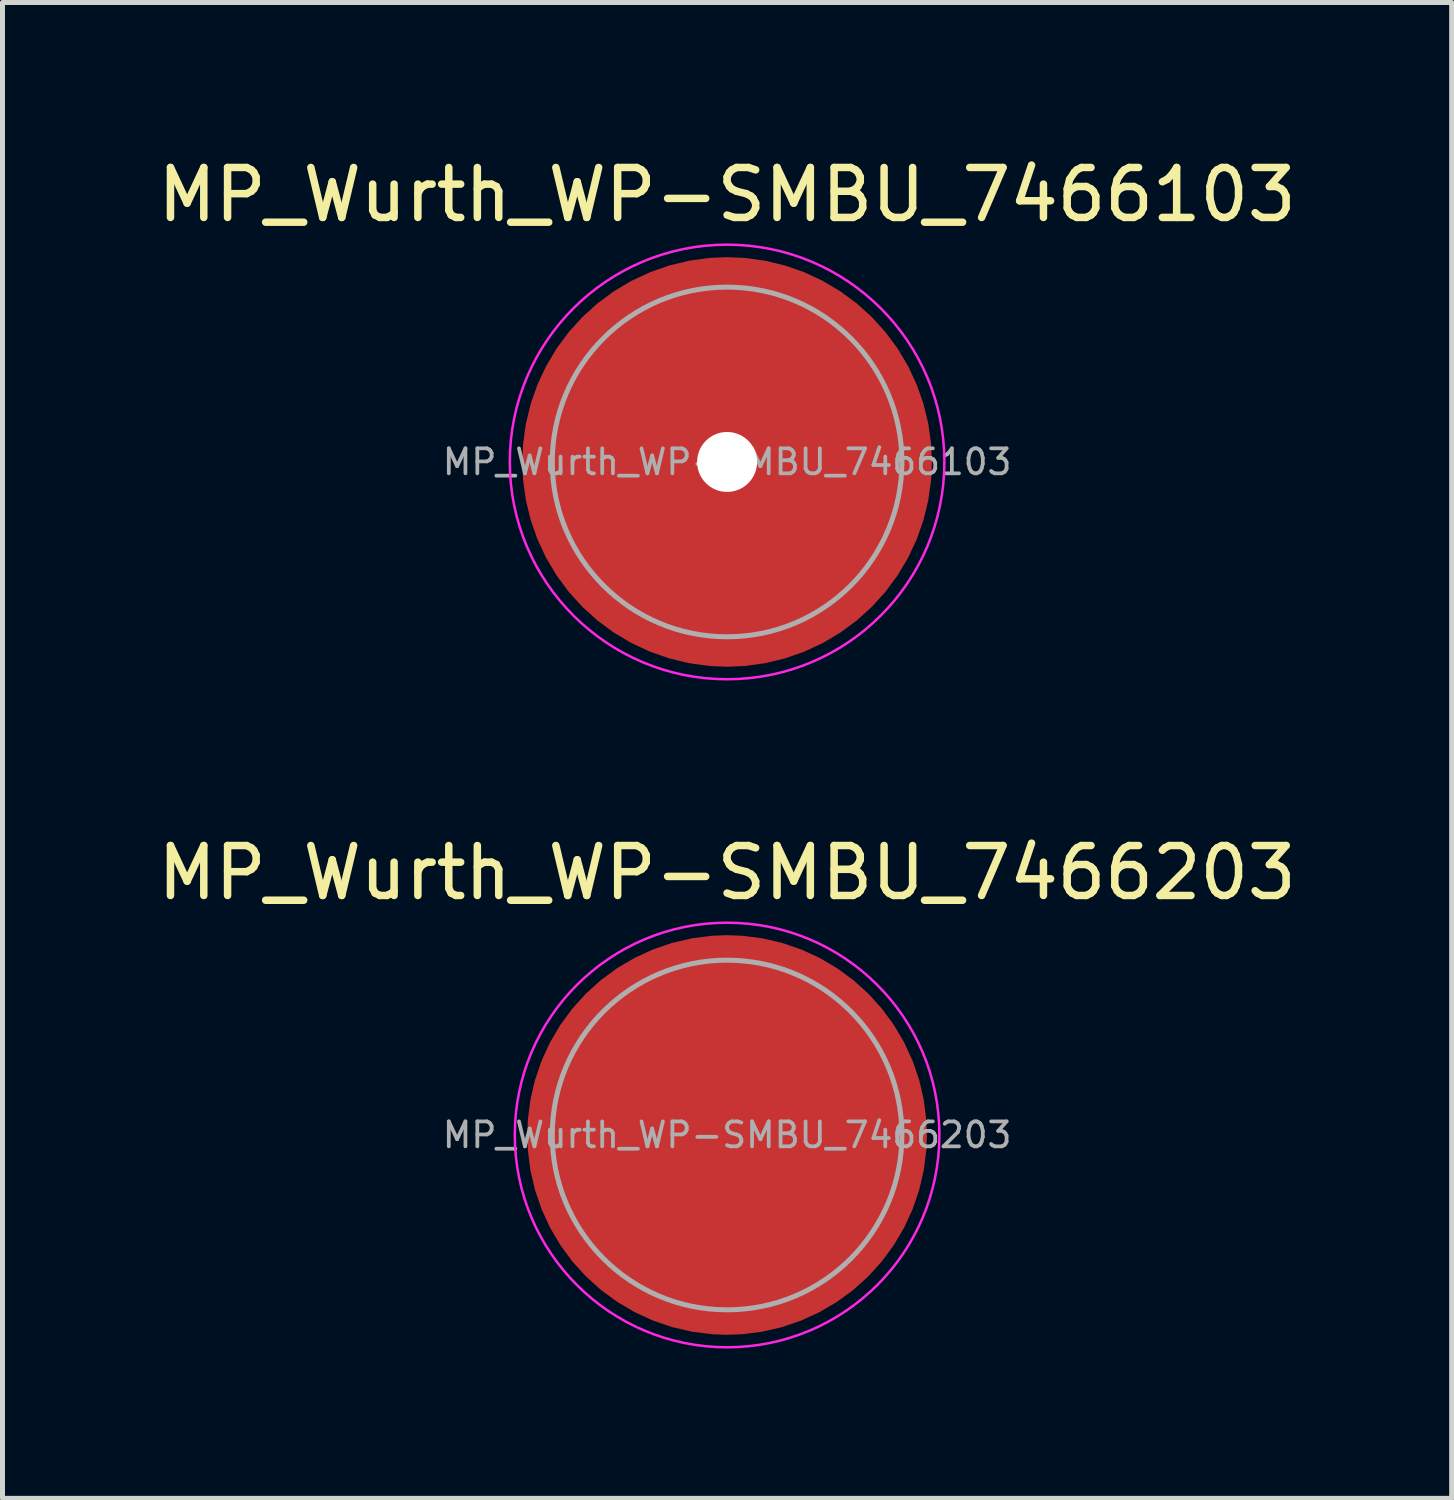
<source format=kicad_pcb>
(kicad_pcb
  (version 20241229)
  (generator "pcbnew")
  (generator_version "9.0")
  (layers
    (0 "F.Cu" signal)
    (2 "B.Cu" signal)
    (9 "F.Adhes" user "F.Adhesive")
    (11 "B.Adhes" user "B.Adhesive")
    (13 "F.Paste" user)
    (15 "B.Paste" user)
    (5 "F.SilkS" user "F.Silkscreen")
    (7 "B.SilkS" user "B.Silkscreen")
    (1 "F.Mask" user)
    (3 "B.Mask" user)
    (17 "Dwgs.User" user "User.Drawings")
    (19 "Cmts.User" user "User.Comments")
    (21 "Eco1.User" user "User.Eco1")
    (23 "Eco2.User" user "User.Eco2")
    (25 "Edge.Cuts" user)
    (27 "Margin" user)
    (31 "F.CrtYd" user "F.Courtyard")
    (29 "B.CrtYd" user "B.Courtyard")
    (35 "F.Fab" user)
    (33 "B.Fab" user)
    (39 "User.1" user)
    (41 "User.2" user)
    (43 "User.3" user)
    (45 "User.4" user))
  (footprint "MP_Wurth_WP-SMBU_7466203"
    (layer "F.Cu")
    (at 11.506 19.672)
    (property "Reference" "MP_Wurth_WP-SMBU_7466203" (at 0 -5.25 0) (unlocked yes) (layer "F.SilkS") (effects (font (size 1 1) (thickness 0.15))))
    (attr smd)
    (fp_poly (pts (xy -0.495 -0.495) (xy -3.876 -0.495) (xy -3.87 -0.541) (xy -3.87 -0.541) (xy -3.855 -0.631) (xy -3.84 -0.716) (xy -3.825 -0.796) (xy -3.825 -0.796) (xy -3.8 -0.906) (xy -3.8 -0.906) (xy -3.77 -1.026) (xy -3.77 -1.026) (xy -3.73 -1.161) (xy -3.73 -1.162) (xy -3.69 -1.282) (xy -3.69 -1.282) (xy -3.64 -1.417) (xy -3.64 -1.417) (xy -3.595 -1.527) (xy -3.595 -1.527) (xy -3.54 -1.652) (xy -3.539 -1.652) (xy -3.434 -1.862) (xy -3.434 -1.862) (xy -3.354 -2.002) (xy -3.354 -2.003) (xy -3.279 -2.123) (xy -3.279 -2.123) (xy -3.239 -2.183) (xy -3.239 -2.183) (xy -3.164 -2.288) (xy -3.109 -2.363) (xy -3.109 -2.363) (xy -3.039 -2.453) (xy -3.039 -2.453) (xy -2.959 -2.548) (xy -2.959 -2.548) (xy -2.879 -2.638) (xy -2.879 -2.638) (xy -2.814 -2.708) (xy -2.814 -2.709) (xy -2.734 -2.789) (xy -2.733 -2.789) (xy -2.653 -2.864) (xy -2.593 -2.919) (xy -2.538 -2.969) (xy -2.538 -2.969) (xy -2.493 -3.004) (xy -2.433 -3.054) (xy -2.358 -3.114) (xy -2.358 -3.114) (xy -2.303 -3.154) (xy -2.303 -3.154) (xy -2.238 -3.199) (xy -2.138 -3.269) (xy -2.138 -3.269) (xy -2.068 -3.314) (xy -2.068 -3.314) (xy -1.983 -3.364) (xy -1.918 -3.404) (xy -1.917 -3.404) (xy -1.842 -3.444) (xy -1.747 -3.494) (xy -1.747 -3.495) (xy -1.672 -3.53) (xy -1.612 -3.559) (xy -1.612 -3.56) (xy -1.552 -3.585) (xy -1.382 -3.655) (xy -1.382 -3.655) (xy -1.312 -3.68) (xy -1.257 -3.7) (xy -1.256 -3.7) (xy -1.096 -3.75) (xy -1.096 -3.75) (xy -1.001 -3.775) (xy -0.946 -3.79) (xy -0.946 -3.79) (xy -0.861 -3.81) (xy -0.861 -3.81) (xy -0.741 -3.835) (xy -0.741 -3.835) (xy -0.571 -3.865) (xy -0.571 -3.865) (xy -0.495 -3.876)) (stroke (width 0) (type default)) (fill yes) (layer "F.Paste"))
    (fp_poly (pts (xy -0.495 3.876) (xy -0.541 3.87) (xy -0.541 3.87) (xy -0.631 3.855) (xy -0.716 3.84) (xy -0.796 3.825) (xy -0.796 3.825) (xy -0.906 3.8) (xy -0.906 3.8) (xy -1.026 3.77) (xy -1.026 3.77) (xy -1.161 3.73) (xy -1.162 3.73) (xy -1.282 3.69) (xy -1.282 3.69) (xy -1.417 3.64) (xy -1.417 3.64) (xy -1.527 3.595) (xy -1.527 3.595) (xy -1.652 3.54) (xy -1.652 3.539) (xy -1.862 3.434) (xy -1.862 3.434) (xy -2.002 3.354) (xy -2.003 3.354) (xy -2.123 3.279) (xy -2.123 3.279) (xy -2.183 3.239) (xy -2.183 3.239) (xy -2.288 3.164) (xy -2.363 3.109) (xy -2.363 3.109) (xy -2.453 3.039) (xy -2.453 3.039) (xy -2.548 2.959) (xy -2.548 2.959) (xy -2.638 2.879) (xy -2.638 2.879) (xy -2.708 2.814) (xy -2.709 2.814) (xy -2.789 2.734) (xy -2.789 2.733) (xy -2.864 2.653) (xy -2.919 2.593) (xy -2.969 2.538) (xy -2.969 2.538) (xy -3.004 2.493) (xy -3.054 2.433) (xy -3.114 2.358) (xy -3.114 2.358) (xy -3.154 2.303) (xy -3.154 2.303) (xy -3.199 2.238) (xy -3.269 2.138) (xy -3.269 2.138) (xy -3.314 2.068) (xy -3.314 2.068) (xy -3.364 1.983) (xy -3.404 1.918) (xy -3.404 1.917) (xy -3.444 1.842) (xy -3.494 1.747) (xy -3.495 1.747) (xy -3.53 1.672) (xy -3.559 1.612) (xy -3.56 1.612) (xy -3.585 1.552) (xy -3.655 1.382) (xy -3.655 1.382) (xy -3.68 1.312) (xy -3.7 1.257) (xy -3.7 1.256) (xy -3.75 1.096) (xy -3.75 1.096) (xy -3.775 1.001) (xy -3.79 0.946) (xy -3.79 0.946) (xy -3.81 0.861) (xy -3.81 0.861) (xy -3.835 0.741) (xy -3.835 0.741) (xy -3.865 0.571) (xy -3.865 0.571) (xy -3.876 0.495) (xy -0.495 0.495)) (stroke (width 0) (type default)) (fill yes) (layer "F.Paste"))
    (fp_poly (pts (xy 0.541 -3.87) (xy 0.541 -3.87) (xy 0.631 -3.855) (xy 0.716 -3.84) (xy 0.796 -3.825) (xy 0.796 -3.825) (xy 0.906 -3.8) (xy 0.906 -3.8) (xy 1.026 -3.77) (xy 1.026 -3.77) (xy 1.161 -3.73) (xy 1.162 -3.73) (xy 1.282 -3.69) (xy 1.282 -3.69) (xy 1.417 -3.64) (xy 1.417 -3.64) (xy 1.527 -3.595) (xy 1.527 -3.595) (xy 1.652 -3.54) (xy 1.652 -3.539) (xy 1.862 -3.434) (xy 1.862 -3.434) (xy 2.002 -3.354) (xy 2.003 -3.354) (xy 2.123 -3.279) (xy 2.123 -3.279) (xy 2.183 -3.239) (xy 2.183 -3.239) (xy 2.288 -3.164) (xy 2.363 -3.109) (xy 2.363 -3.109) (xy 2.453 -3.039) (xy 2.453 -3.039) (xy 2.548 -2.959) (xy 2.548 -2.959) (xy 2.638 -2.879) (xy 2.638 -2.879) (xy 2.708 -2.814) (xy 2.709 -2.814) (xy 2.789 -2.734) (xy 2.789 -2.733) (xy 2.864 -2.653) (xy 2.919 -2.593) (xy 2.969 -2.538) (xy 2.969 -2.538) (xy 3.004 -2.493) (xy 3.054 -2.433) (xy 3.114 -2.358) (xy 3.114 -2.358) (xy 3.154 -2.303) (xy 3.154 -2.303) (xy 3.199 -2.238) (xy 3.269 -2.138) (xy 3.269 -2.138) (xy 3.314 -2.068) (xy 3.314 -2.068) (xy 3.364 -1.983) (xy 3.404 -1.918) (xy 3.404 -1.917) (xy 3.444 -1.842) (xy 3.494 -1.747) (xy 3.495 -1.747) (xy 3.53 -1.672) (xy 3.559 -1.612) (xy 3.56 -1.612) (xy 3.585 -1.552) (xy 3.655 -1.382) (xy 3.655 -1.382) (xy 3.68 -1.312) (xy 3.7 -1.257) (xy 3.7 -1.256) (xy 3.75 -1.096) (xy 3.75 -1.096) (xy 3.775 -1.001) (xy 3.79 -0.946) (xy 3.79 -0.946) (xy 3.81 -0.861) (xy 3.81 -0.861) (xy 3.835 -0.741) (xy 3.835 -0.741) (xy 3.865 -0.571) (xy 3.865 -0.571) (xy 3.876 -0.495) (xy 0.495 -0.495) (xy 0.495 -3.876)) (stroke (width 0) (type default)) (fill yes) (layer "F.Paste"))
    (fp_poly (pts (xy 3.87 0.541) (xy 3.87 0.541) (xy 3.855 0.631) (xy 3.84 0.716) (xy 3.825 0.796) (xy 3.825 0.796) (xy 3.8 0.906) (xy 3.8 0.906) (xy 3.77 1.026) (xy 3.77 1.026) (xy 3.73 1.161) (xy 3.73 1.162) (xy 3.69 1.282) (xy 3.69 1.282) (xy 3.64 1.417) (xy 3.64 1.417) (xy 3.595 1.527) (xy 3.595 1.527) (xy 3.54 1.652) (xy 3.539 1.652) (xy 3.434 1.862) (xy 3.434 1.862) (xy 3.354 2.002) (xy 3.354 2.003) (xy 3.279 2.123) (xy 3.279 2.123) (xy 3.239 2.183) (xy 3.239 2.183) (xy 3.164 2.288) (xy 3.109 2.363) (xy 3.109 2.363) (xy 3.039 2.453) (xy 3.039 2.453) (xy 2.959 2.548) (xy 2.959 2.548) (xy 2.879 2.638) (xy 2.879 2.638) (xy 2.814 2.708) (xy 2.814 2.709) (xy 2.734 2.789) (xy 2.733 2.789) (xy 2.653 2.864) (xy 2.593 2.919) (xy 2.538 2.969) (xy 2.538 2.969) (xy 2.493 3.004) (xy 2.433 3.054) (xy 2.358 3.114) (xy 2.358 3.114) (xy 2.303 3.154) (xy 2.303 3.154) (xy 2.238 3.199) (xy 2.138 3.269) (xy 2.138 3.269) (xy 2.068 3.314) (xy 2.068 3.314) (xy 1.983 3.364) (xy 1.918 3.404) (xy 1.917 3.404) (xy 1.842 3.444) (xy 1.747 3.494) (xy 1.747 3.495) (xy 1.672 3.53) (xy 1.612 3.559) (xy 1.612 3.56) (xy 1.552 3.585) (xy 1.382 3.655) (xy 1.382 3.655) (xy 1.312 3.68) (xy 1.257 3.7) (xy 1.256 3.7) (xy 1.096 3.75) (xy 1.096 3.75) (xy 1.001 3.775) (xy 0.946 3.79) (xy 0.946 3.79) (xy 0.861 3.81) (xy 0.861 3.81) (xy 0.741 3.835) (xy 0.741 3.835) (xy 0.571 3.865) (xy 0.571 3.865) (xy 0.495 3.876) (xy 0.495 0.495) (xy 3.876 0.495)) (stroke (width 0) (type default)) (fill yes) (layer "F.Paste"))
    (fp_circle (center 0 0) (end 4.25 0) (stroke (width 0.05) (type solid)) (fill no) (layer "F.CrtYd"))
    (fp_circle (center 0 0) (end 3.5 0) (stroke (width 0.1) (type solid)) (fill no) (layer "F.Fab"))
    (fp_text user "${REFERENCE}" (at 0 0 0) (unlocked yes) (layer "F.Fab") (effects (font (size 0.5 0.5) (thickness 0.075))))
    (pad "1" smd roundrect (at 0 0) (size 8 8) (layers "F.Cu" "F.Mask") (roundrect_rratio 0.5)))
  (footprint "MP_Wurth_WP-SMBU_7466103"
    (layer "F.Cu")
    (at 11.506 6.198)
    (property "Reference" "MP_Wurth_WP-SMBU_7466103" (at 0 -5.35 0) (unlocked yes) (layer "F.SilkS") (effects (font (size 1 1) (thickness 0.15))))
    (attr smd)
    (fp_poly (pts (xy -0.495 -0.558) (xy -0.551 -0.502) (xy -0.616 -0.422) (xy -0.656 -0.353) (xy -0.7 -0.258) (xy -0.735 -0.129) (xy -0.745 -0.04) (xy -0.745 0.04) (xy -0.735 0.114) (xy -0.715 0.209) (xy -0.69 0.278) (xy -0.661 0.348) (xy -0.621 0.412) (xy -0.571 0.477) (xy -0.495 0.558) (xy -0.495 3.976) (xy -0.531 3.97) (xy -0.726 3.94) (xy -0.726 3.94) (xy -0.916 3.9) (xy -0.916 3.9) (xy -1.111 3.85) (xy -1.111 3.85) (xy -1.286 3.795) (xy -1.287 3.795) (xy -1.472 3.725) (xy -1.472 3.725) (xy -1.607 3.67) (xy -1.607 3.67) (xy -1.727 3.615) (xy -1.727 3.614) (xy -1.877 3.539) (xy -1.877 3.539) (xy -2.062 3.434) (xy -2.063 3.434) (xy -2.243 3.319) (xy -2.243 3.319) (xy -2.383 3.219) (xy -2.383 3.219) (xy -2.513 3.119) (xy -2.513 3.119) (xy -2.653 2.999) (xy -2.653 2.999) (xy -2.758 2.904) (xy -2.759 2.904) (xy -2.884 2.779) (xy -2.884 2.778) (xy -2.979 2.678) (xy -2.979 2.678) (xy -3.064 2.578) (xy -3.139 2.488) (xy -3.139 2.488) (xy -3.254 2.338) (xy -3.254 2.338) (xy -3.344 2.203) (xy -3.424 2.078) (xy -3.424 2.078) (xy -3.504 1.943) (xy -3.504 1.942) (xy -3.564 1.827) (xy -3.565 1.827) (xy -3.64 1.672) (xy -3.64 1.672) (xy -3.71 1.512) (xy -3.71 1.512) (xy -3.77 1.357) (xy -3.77 1.357) (xy -3.81 1.237) (xy -3.85 1.112) (xy -3.85 1.111) (xy -3.885 0.981) (xy -3.885 0.981) (xy -3.915 0.851) (xy -3.915 0.851) (xy -3.94 0.721) (xy -3.96 0.606) (xy -3.96 0.606) (xy -3.975 0.501) (xy -3.975 0.5) (xy -3.985 0.395) (xy -3.995 0.295) (xy -3.995 0.295) (xy -4 0.215) (xy -4 0.215) (xy -4.005 0.09) (xy -4.005 0.09) (xy -4.005 -0.05) (xy -4.005 -0.05) (xy -4 -0.195) (xy -3.995 -0.32) (xy -3.995 -0.321) (xy -3.98 -0.431) (xy -3.97 -0.54) (xy -3.97 -0.541) (xy -3.945 -0.686) (xy -3.925 -0.796) (xy -3.9 -0.921) (xy -3.9 -0.921) (xy -3.845 -1.121) (xy -3.81 -1.241) (xy -3.81 -1.242) (xy -3.745 -1.422) (xy -3.745 -1.422) (xy -3.675 -1.592) (xy -3.675 -1.592) (xy -3.62 -1.717) (xy -3.619 -1.717) (xy -3.559 -1.837) (xy -3.559 -1.837) (xy -3.514 -1.922) (xy -3.514 -1.922) (xy -3.449 -2.037) (xy -3.449 -2.038) (xy -3.379 -2.153) (xy -3.379 -2.153) (xy -3.309 -2.258) (xy -3.309 -2.258) (xy -3.239 -2.358) (xy -3.239 -2.358) (xy -3.149 -2.473) (xy -3.149 -2.473) (xy -3.054 -2.588) (xy -2.989 -2.668) (xy -2.989 -2.668) (xy -2.919 -2.743) (xy -2.919 -2.744) (xy -2.759 -2.904) (xy -2.758 -2.904) (xy -2.688 -2.969) (xy -2.688 -2.969) (xy -2.618 -3.029) (xy -2.528 -3.104) (xy -2.443 -3.174) (xy -2.443 -3.174) (xy -2.333 -3.254) (xy -2.333 -3.254) (xy -2.223 -3.329) (xy -2.133 -3.389) (xy -2.133 -3.389) (xy -2.043 -3.444) (xy -2.043 -3.444) (xy -1.923 -3.514) (xy -1.922 -3.514) (xy -1.817 -3.569) (xy -1.687 -3.634) (xy -1.687 -3.635) (xy -1.502 -3.715) (xy -1.502 -3.715) (xy -1.367 -3.765) (xy -1.367 -3.765) (xy -1.207 -3.82) (xy -1.206 -3.82) (xy -1.056 -3.865) (xy -1.056 -3.865) (xy -0.826 -3.92) (xy -0.826 -3.92) (xy -0.641 -3.95) (xy -0.495 -3.976)) (stroke (width 0) (type default)) (fill yes) (layer "F.Paste"))
    (fp_poly (pts (xy 0.531 -3.97) (xy 0.726 -3.94) (xy 0.726 -3.94) (xy 0.916 -3.9) (xy 0.916 -3.9) (xy 1.111 -3.85) (xy 1.111 -3.85) (xy 1.286 -3.795) (xy 1.287 -3.795) (xy 1.472 -3.725) (xy 1.472 -3.725) (xy 1.607 -3.67) (xy 1.607 -3.67) (xy 1.727 -3.615) (xy 1.727 -3.614) (xy 1.877 -3.539) (xy 1.877 -3.539) (xy 2.062 -3.434) (xy 2.063 -3.434) (xy 2.243 -3.319) (xy 2.243 -3.319) (xy 2.383 -3.219) (xy 2.383 -3.219) (xy 2.513 -3.119) (xy 2.513 -3.119) (xy 2.653 -2.999) (xy 2.653 -2.999) (xy 2.758 -2.904) (xy 2.759 -2.904) (xy 2.884 -2.779) (xy 2.884 -2.778) (xy 2.979 -2.678) (xy 2.979 -2.678) (xy 3.064 -2.578) (xy 3.139 -2.488) (xy 3.139 -2.488) (xy 3.254 -2.338) (xy 3.254 -2.338) (xy 3.344 -2.203) (xy 3.424 -2.078) (xy 3.424 -2.078) (xy 3.504 -1.943) (xy 3.504 -1.942) (xy 3.564 -1.827) (xy 3.565 -1.827) (xy 3.64 -1.672) (xy 3.64 -1.672) (xy 3.71 -1.512) (xy 3.71 -1.512) (xy 3.77 -1.357) (xy 3.77 -1.357) (xy 3.81 -1.237) (xy 3.85 -1.112) (xy 3.85 -1.111) (xy 3.885 -0.981) (xy 3.885 -0.981) (xy 3.915 -0.851) (xy 3.915 -0.851) (xy 3.94 -0.721) (xy 3.96 -0.606) (xy 3.96 -0.606) (xy 3.975 -0.501) (xy 3.975 -0.5) (xy 3.985 -0.395) (xy 3.995 -0.295) (xy 3.995 -0.295) (xy 4 -0.215) (xy 4 -0.215) (xy 4.005 -0.09) (xy 4.005 -0.09) (xy 4.005 0.05) (xy 4.005 0.05) (xy 4 0.195) (xy 3.995 0.32) (xy 3.995 0.321) (xy 3.98 0.431) (xy 3.97 0.54) (xy 3.97 0.541) (xy 3.945 0.686) (xy 3.925 0.796) (xy 3.9 0.921) (xy 3.9 0.921) (xy 3.845 1.121) (xy 3.81 1.241) (xy 3.81 1.242) (xy 3.745 1.422) (xy 3.745 1.422) (xy 3.675 1.592) (xy 3.675 1.592) (xy 3.62 1.717) (xy 3.619 1.717) (xy 3.559 1.837) (xy 3.559 1.837) (xy 3.514 1.922) (xy 3.514 1.922) (xy 3.449 2.037) (xy 3.449 2.038) (xy 3.379 2.153) (xy 3.379 2.153) (xy 3.309 2.258) (xy 3.309 2.258) (xy 3.239 2.358) (xy 3.239 2.358) (xy 3.149 2.473) (xy 3.149 2.473) (xy 3.054 2.588) (xy 2.989 2.668) (xy 2.989 2.668) (xy 2.919 2.743) (xy 2.919 2.744) (xy 2.759 2.904) (xy 2.758 2.904) (xy 2.688 2.969) (xy 2.688 2.969) (xy 2.618 3.029) (xy 2.528 3.104) (xy 2.443 3.174) (xy 2.443 3.174) (xy 2.333 3.254) (xy 2.333 3.254) (xy 2.223 3.329) (xy 2.133 3.389) (xy 2.133 3.389) (xy 2.043 3.444) (xy 2.043 3.444) (xy 1.923 3.514) (xy 1.922 3.514) (xy 1.817 3.569) (xy 1.687 3.634) (xy 1.687 3.635) (xy 1.502 3.715) (xy 1.502 3.715) (xy 1.367 3.765) (xy 1.367 3.765) (xy 1.207 3.82) (xy 1.206 3.82) (xy 1.056 3.865) (xy 1.056 3.865) (xy 0.826 3.92) (xy 0.826 3.92) (xy 0.641 3.95) (xy 0.495 3.976) (xy 0.495 0.558) (xy 0.551 0.502) (xy 0.616 0.422) (xy 0.656 0.353) (xy 0.7 0.258) (xy 0.735 0.129) (xy 0.745 0.04) (xy 0.745 -0.04) (xy 0.735 -0.114) (xy 0.715 -0.209) (xy 0.69 -0.278) (xy 0.661 -0.348) (xy 0.621 -0.412) (xy 0.571 -0.477) (xy 0.495 -0.558) (xy 0.495 -3.976)) (stroke (width 0) (type default)) (fill yes) (layer "F.Paste"))
    (fp_circle (center 0 0) (end 4.35 0) (stroke (width 0.05) (type solid)) (fill no) (layer "F.CrtYd"))
    (fp_circle (center 0 0) (end 3.5 0) (stroke (width 0.1) (type solid)) (fill no) (layer "F.Fab"))
    (fp_text user "${REFERENCE}" (at 0 0 0) (unlocked yes) (layer "F.Fab") (effects (font (size 0.5 0.5) (thickness 0.075))))
    (pad "" np_thru_hole circle (at 0 0) (size 1.2 1.2) (drill 1.2) (layers "*.Cu" "*.Mask"))
    (pad "1" smd roundrect (at 0 0) (size 8.2 8.2) (layers "F.Cu" "F.Mask") (roundrect_rratio 0.5)))
  (gr_rect
    (start -3 -3)
    (end 26.012 26.947)
    (stroke (width 0.1) (type default))
    (fill no)
    (layer "Edge.Cuts")))
</source>
